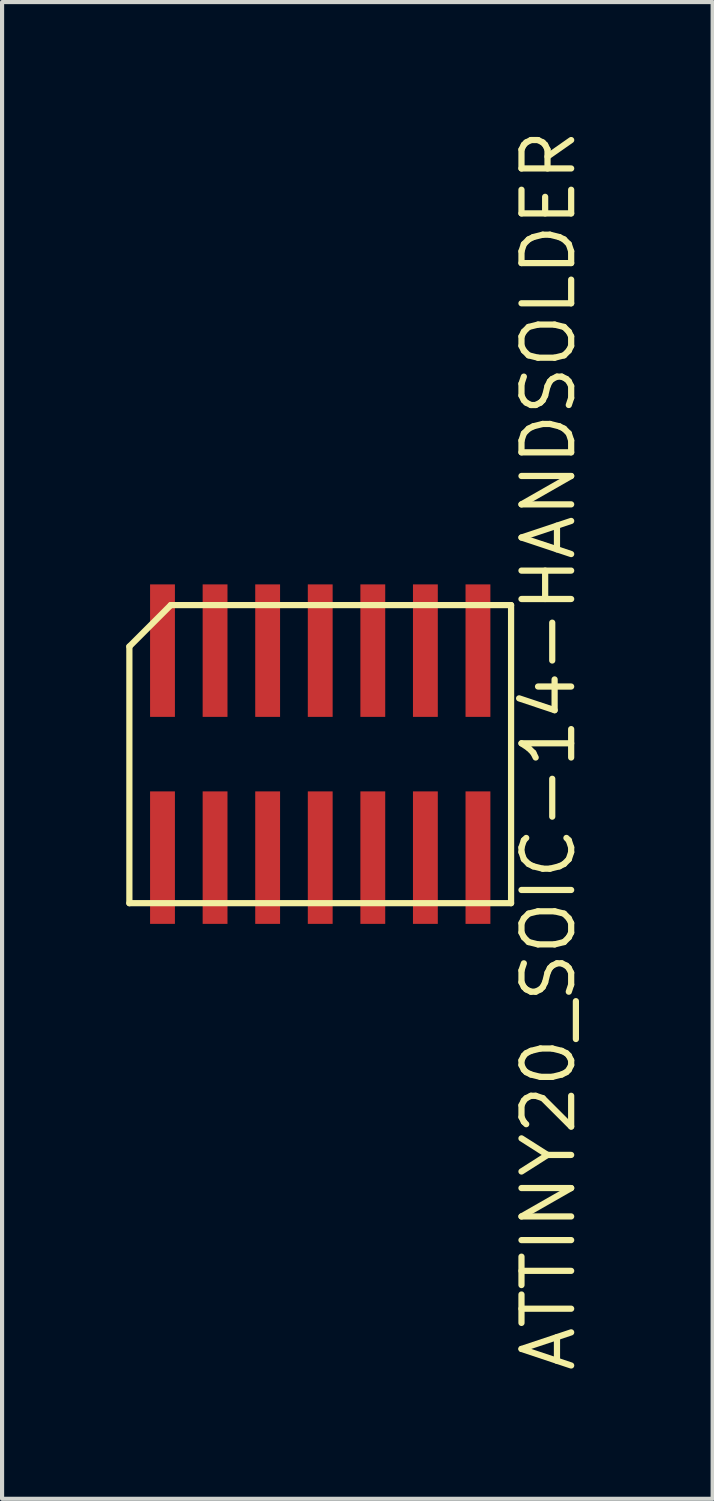
<source format=kicad_pcb>
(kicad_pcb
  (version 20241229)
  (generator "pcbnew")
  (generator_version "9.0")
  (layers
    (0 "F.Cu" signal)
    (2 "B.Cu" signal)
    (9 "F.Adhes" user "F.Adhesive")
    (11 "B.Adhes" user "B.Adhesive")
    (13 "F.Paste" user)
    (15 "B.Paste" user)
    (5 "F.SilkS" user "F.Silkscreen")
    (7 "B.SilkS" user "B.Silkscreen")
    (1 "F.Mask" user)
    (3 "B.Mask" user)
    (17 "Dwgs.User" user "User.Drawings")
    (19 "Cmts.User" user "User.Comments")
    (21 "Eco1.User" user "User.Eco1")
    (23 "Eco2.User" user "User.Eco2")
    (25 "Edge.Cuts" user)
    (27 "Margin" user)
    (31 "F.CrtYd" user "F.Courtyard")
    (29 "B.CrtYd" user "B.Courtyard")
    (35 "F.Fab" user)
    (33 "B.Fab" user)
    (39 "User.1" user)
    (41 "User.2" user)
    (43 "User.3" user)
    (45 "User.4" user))
  (footprint "ATTINY20_SOIC-14-HANDSOLDER"
    (layer "F.Cu")
    (at 4.685 15.166)
    (property "Reference" "ATTINY20_SOIC-14-HANDSOLDER" (at 5.514 -0.09 90) (layer "F.SilkS") (effects (font (size 1.2 1.2) (thickness 0.15))))
    (attr through_hole)
    (fp_line (start -4.61 -2.6) (end -4.61 3.6) (stroke (width 0.15) (type solid)) (layer "F.SilkS"))
    (fp_line (start -4.61 3.6) (end 4.61 3.6) (stroke (width 0.15) (type solid)) (layer "F.SilkS"))
    (fp_line (start -3.61 -3.6) (end -4.61 -2.6) (stroke (width 0.15) (type solid)) (layer "F.SilkS"))
    (fp_line (start 4.61 -3.6) (end -3.61 -3.6) (stroke (width 0.15) (type solid)) (layer "F.SilkS"))
    (fp_line (start 4.61 3.6) (end 4.61 -3.6) (stroke (width 0.15) (type solid)) (layer "F.SilkS"))
    (pad "1" smd rect (at -3.81 2.5) (size 0.6 3.2) (layers "F.Cu" "F.Mask" "F.Paste"))
    (pad "2" smd rect (at -2.54 2.5) (size 0.6 3.2) (layers "F.Cu" "F.Mask" "F.Paste"))
    (pad "3" smd rect (at -1.27 2.5) (size 0.6 3.2) (layers "F.Cu" "F.Mask" "F.Paste"))
    (pad "4" smd rect (at 0 2.5) (size 0.6 3.2) (layers "F.Cu" "F.Mask" "F.Paste"))
    (pad "5" smd rect (at 1.27 2.5) (size 0.6 3.2) (layers "F.Cu" "F.Mask" "F.Paste"))
    (pad "6" smd rect (at 2.54 2.5) (size 0.6 3.2) (layers "F.Cu" "F.Mask" "F.Paste"))
    (pad "7" smd rect (at 3.81 2.5) (size 0.6 3.2) (layers "F.Cu" "F.Mask" "F.Paste"))
    (pad "8" smd rect (at 3.81 -2.5) (size 0.6 3.2) (layers "F.Cu" "F.Mask" "F.Paste"))
    (pad "9" smd rect (at 2.54 -2.5) (size 0.6 3.2) (layers "F.Cu" "F.Mask" "F.Paste"))
    (pad "10" smd rect (at 1.27 -2.5) (size 0.6 3.2) (layers "F.Cu" "F.Mask" "F.Paste"))
    (pad "11" smd rect (at 0 -2.5) (size 0.6 3.2) (layers "F.Cu" "F.Mask" "F.Paste"))
    (pad "12" smd rect (at -1.27 -2.5) (size 0.6 3.2) (layers "F.Cu" "F.Mask" "F.Paste"))
    (pad "13" smd rect (at -2.54 -2.5) (size 0.6 3.2) (layers "F.Cu" "F.Mask" "F.Paste"))
    (pad "14" smd rect (at -3.81 -2.5) (size 0.6 3.2) (layers "F.Cu" "F.Mask" "F.Paste")))
  (gr_rect
    (start -3 -3)
    (end 14.164 33.153)
    (stroke (width 0.1) (type default))
    (fill no)
    (layer "Edge.Cuts")))
</source>
